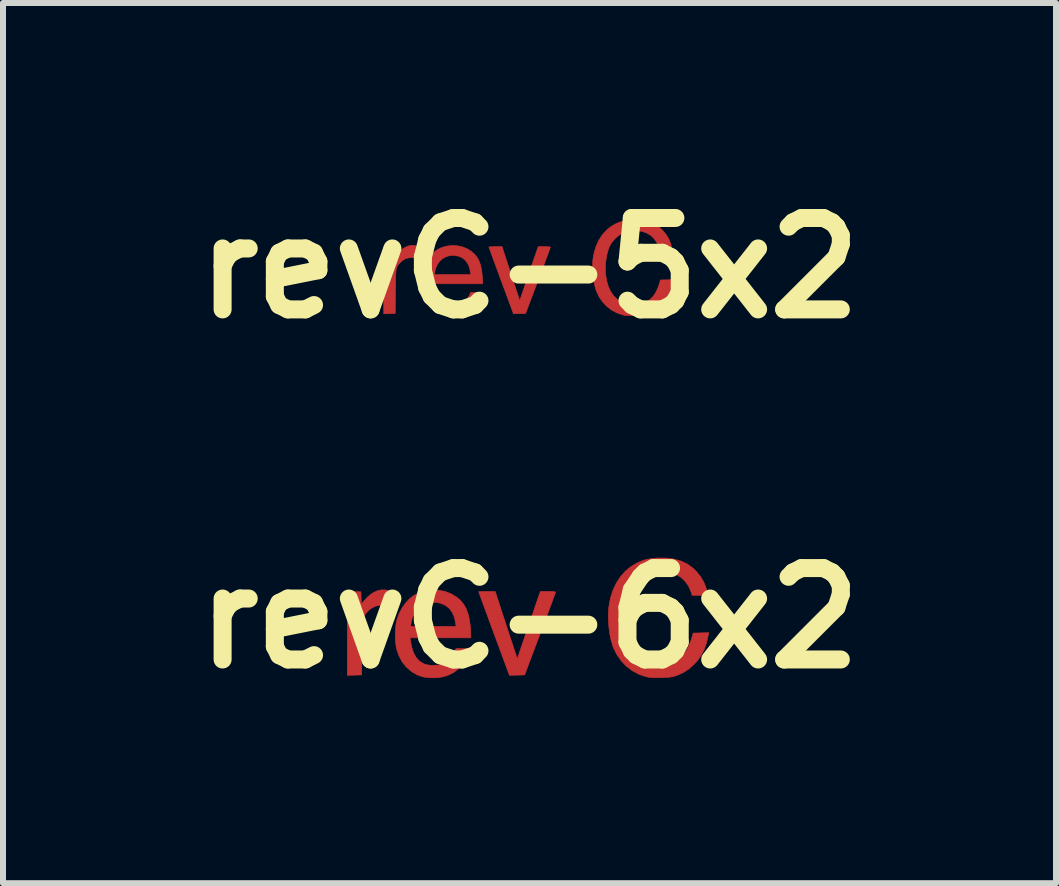
<source format=kicad_pcb>
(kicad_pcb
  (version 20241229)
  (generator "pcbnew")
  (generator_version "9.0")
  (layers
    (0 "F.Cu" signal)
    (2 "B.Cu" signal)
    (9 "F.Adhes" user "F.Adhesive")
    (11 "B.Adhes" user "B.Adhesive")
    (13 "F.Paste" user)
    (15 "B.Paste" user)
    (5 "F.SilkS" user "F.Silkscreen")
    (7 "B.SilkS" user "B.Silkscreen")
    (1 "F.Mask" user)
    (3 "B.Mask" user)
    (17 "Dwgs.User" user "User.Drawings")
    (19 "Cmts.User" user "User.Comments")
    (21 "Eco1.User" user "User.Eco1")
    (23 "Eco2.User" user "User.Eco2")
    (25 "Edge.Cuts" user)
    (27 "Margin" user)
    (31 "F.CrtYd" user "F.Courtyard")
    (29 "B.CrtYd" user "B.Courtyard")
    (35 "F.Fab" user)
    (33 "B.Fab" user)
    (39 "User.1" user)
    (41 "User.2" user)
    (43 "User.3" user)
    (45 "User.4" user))
  (footprint "revC-6x2"
    (layer "F.Cu")
    (at 5.777 7.254)
    (property "Reference" "revC-6x2" (at 0 0 0) (layer "F.SilkS") (effects (font (size 1.524 1.524) (thickness 0.3))))
    (attr through_hole)
    (fp_poly (pts (xy -2.401 -0.47) (xy -2.36 -0.463) (xy -2.36 -0.34) (xy -2.36 -0.217) (xy -2.447 -0.216) (xy -2.527 -0.209) (xy -2.592 -0.19) (xy -2.65 -0.156) (xy -2.694 -0.115) (xy -2.715 -0.092) (xy -2.734 -0.071) (xy -2.748 -0.051) (xy -2.76 -0.029) (xy -2.77 -0.003) (xy -2.777 0.028) (xy -2.782 0.067) (xy -2.786 0.117) (xy -2.789 0.179) (xy -2.791 0.255) (xy -2.792 0.347) (xy -2.794 0.458) (xy -2.794 0.492) (xy -2.799 0.947) (xy -2.918 0.95) (xy -3.037 0.953) (xy -3.037 -0.445) (xy -2.81 -0.439) (xy -2.807 -0.336) (xy -2.804 -0.232) (xy -2.764 -0.283) (xy -2.695 -0.357) (xy -2.623 -0.414) (xy -2.549 -0.452) (xy -2.474 -0.471) (xy -2.401 -0.47)) (stroke (width 0.01) (type solid)) (fill yes) (layer "F.Cu"))
    (fp_poly (pts (xy -0.461 -0.103) (xy -0.43 -0.009) (xy -0.398 0.09) (xy -0.365 0.19) (xy -0.334 0.285) (xy -0.306 0.37) (xy -0.282 0.442) (xy -0.277 0.458) (xy -0.204 0.678) (xy -0.032 0.172) (xy 0.003 0.072) (xy 0.036 -0.025) (xy 0.067 -0.114) (xy 0.094 -0.195) (xy 0.118 -0.265) (xy 0.138 -0.322) (xy 0.152 -0.363) (xy 0.161 -0.387) (xy 0.161 -0.389) (xy 0.181 -0.445) (xy 0.308 -0.445) (xy 0.365 -0.444) (xy 0.403 -0.442) (xy 0.425 -0.438) (xy 0.433 -0.433) (xy 0.434 -0.431) (xy 0.43 -0.419) (xy 0.419 -0.389) (xy 0.402 -0.343) (xy 0.38 -0.281) (xy 0.352 -0.207) (xy 0.32 -0.12) (xy 0.284 -0.024) (xy 0.245 0.081) (xy 0.203 0.192) (xy 0.175 0.265) (xy -0.082 0.947) (xy -0.209 0.95) (xy -0.335 0.953) (xy -0.591 0.26) (xy -0.634 0.145) (xy -0.674 0.035) (xy -0.711 -0.067) (xy -0.746 -0.16) (xy -0.776 -0.243) (xy -0.801 -0.313) (xy -0.822 -0.369) (xy -0.837 -0.41) (xy -0.845 -0.433) (xy -0.847 -0.439) (xy -0.837 -0.441) (xy -0.81 -0.443) (xy -0.769 -0.444) (xy -0.719 -0.444) (xy -0.71 -0.445) (xy -0.572 -0.445) (xy -0.461 -0.103)) (stroke (width 0.01) (type solid)) (fill yes) (layer "F.Cu"))
    (fp_poly (pts (xy -1.517 -0.466) (xy -1.41 -0.445) (xy -1.309 -0.406) (xy -1.304 -0.403) (xy -1.221 -0.354) (xy -1.152 -0.297) (xy -1.096 -0.229) (xy -1.052 -0.149) (xy -1.019 -0.056) (xy -0.997 0.053) (xy -0.983 0.179) (xy -0.981 0.225) (xy -0.977 0.328) (xy -1.991 0.328) (xy -1.984 0.378) (xy -1.963 0.49) (xy -1.931 0.584) (xy -1.887 0.661) (xy -1.833 0.719) (xy -1.767 0.759) (xy -1.743 0.769) (xy -1.674 0.784) (xy -1.598 0.788) (xy -1.523 0.781) (xy -1.456 0.763) (xy -1.444 0.758) (xy -1.373 0.715) (xy -1.312 0.658) (xy -1.265 0.591) (xy -1.254 0.57) (xy -1.226 0.508) (xy -0.995 0.508) (xy -1.001 0.542) (xy -1.009 0.567) (xy -1.023 0.605) (xy -1.042 0.648) (xy -1.051 0.667) (xy -1.108 0.762) (xy -1.18 0.842) (xy -1.265 0.906) (xy -1.361 0.954) (xy -1.447 0.979) (xy -1.506 0.988) (xy -1.575 0.993) (xy -1.646 0.993) (xy -1.712 0.989) (xy -1.766 0.981) (xy -1.775 0.979) (xy -1.837 0.959) (xy -1.889 0.937) (xy -1.941 0.906) (xy -1.976 0.883) (xy -2.058 0.811) (xy -2.126 0.724) (xy -2.179 0.622) (xy -2.214 0.52) (xy -2.227 0.454) (xy -2.235 0.374) (xy -2.238 0.286) (xy -2.235 0.198) (xy -2.23 0.138) (xy -1.982 0.138) (xy -1.225 0.138) (xy -1.231 0.087) (xy -1.251 -0.01) (xy -1.286 -0.092) (xy -1.334 -0.159) (xy -1.397 -0.21) (xy -1.472 -0.245) (xy -1.481 -0.248) (xy -1.57 -0.264) (xy -1.655 -0.26) (xy -1.734 -0.239) (xy -1.806 -0.2) (xy -1.869 -0.146) (xy -1.919 -0.078) (xy -1.956 0.002) (xy -1.975 0.087) (xy -1.982 0.138) (xy -2.23 0.138) (xy -2.228 0.115) (xy -2.216 0.046) (xy -2.213 0.037) (xy -2.177 -0.068) (xy -2.126 -0.167) (xy -2.064 -0.255) (xy -1.992 -0.33) (xy -1.93 -0.377) (xy -1.836 -0.425) (xy -1.734 -0.456) (xy -1.626 -0.469) (xy -1.517 -0.466)) (stroke (width 0.01) (type solid)) (fill yes) (layer "F.Cu"))
    (fp_poly (pts (xy 2.28 -1.002) (xy 2.408 -0.985) (xy 2.524 -0.952) (xy 2.628 -0.903) (xy 2.72 -0.837) (xy 2.78 -0.779) (xy 2.852 -0.69) (xy 2.907 -0.596) (xy 2.944 -0.499) (xy 2.96 -0.428) (xy 2.966 -0.381) (xy 2.711 -0.381) (xy 2.693 -0.437) (xy 2.652 -0.532) (xy 2.596 -0.613) (xy 2.526 -0.679) (xy 2.444 -0.73) (xy 2.349 -0.762) (xy 2.312 -0.769) (xy 2.262 -0.774) (xy 2.208 -0.776) (xy 2.191 -0.776) (xy 2.079 -0.768) (xy 1.98 -0.742) (xy 1.891 -0.7) (xy 1.81 -0.638) (xy 1.775 -0.604) (xy 1.741 -0.565) (xy 1.709 -0.524) (xy 1.685 -0.489) (xy 1.681 -0.481) (xy 1.646 -0.402) (xy 1.618 -0.308) (xy 1.597 -0.203) (xy 1.584 -0.092) (xy 1.58 0.019) (xy 1.585 0.126) (xy 1.586 0.138) (xy 1.608 0.271) (xy 1.644 0.39) (xy 1.692 0.493) (xy 1.754 0.581) (xy 1.827 0.652) (xy 1.913 0.707) (xy 2.009 0.744) (xy 2.017 0.746) (xy 2.069 0.755) (xy 2.134 0.76) (xy 2.203 0.761) (xy 2.269 0.758) (xy 2.324 0.75) (xy 2.335 0.747) (xy 2.427 0.712) (xy 2.508 0.659) (xy 2.578 0.588) (xy 2.636 0.5) (xy 2.684 0.395) (xy 2.703 0.336) (xy 2.728 0.249) (xy 2.857 0.246) (xy 2.986 0.243) (xy 2.979 0.283) (xy 2.95 0.412) (xy 2.91 0.526) (xy 2.857 0.627) (xy 2.789 0.72) (xy 2.741 0.772) (xy 2.655 0.848) (xy 2.564 0.907) (xy 2.463 0.952) (xy 2.439 0.96) (xy 2.404 0.971) (xy 2.371 0.978) (xy 2.336 0.984) (xy 2.293 0.987) (xy 2.238 0.99) (xy 2.185 0.991) (xy 2.115 0.992) (xy 2.06 0.991) (xy 2.017 0.989) (xy 1.98 0.984) (xy 1.944 0.976) (xy 1.939 0.975) (xy 1.82 0.934) (xy 1.711 0.875) (xy 1.612 0.799) (xy 1.525 0.708) (xy 1.453 0.603) (xy 1.396 0.486) (xy 1.389 0.466) (xy 1.36 0.37) (xy 1.337 0.259) (xy 1.322 0.14) (xy 1.314 0.019) (xy 1.314 -0.098) (xy 1.322 -0.187) (xy 1.348 -0.33) (xy 1.39 -0.464) (xy 1.447 -0.585) (xy 1.518 -0.693) (xy 1.602 -0.787) (xy 1.698 -0.865) (xy 1.794 -0.92) (xy 1.87 -0.953) (xy 1.944 -0.977) (xy 2.023 -0.992) (xy 2.114 -1.001) (xy 2.139 -1.002) (xy 2.28 -1.002)) (stroke (width 0.01) (type solid)) (fill yes) (layer "F.Cu")))
  (footprint "revC-5x2"
    (layer "F.Cu")
    (at 5.777 1.418)
    (property "Reference" "revC-5x2" (at 0 0 0) (layer "F.SilkS") (effects (font (size 1.524 1.524) (thickness 0.3))))
    (attr through_hole)
    (fp_poly (pts (xy -1.921 -0.376) (xy -1.888 -0.37) (xy -1.888 -0.272) (xy -1.888 -0.174) (xy -1.958 -0.173) (xy -2.021 -0.168) (xy -2.074 -0.152) (xy -2.12 -0.125) (xy -2.155 -0.092) (xy -2.172 -0.073) (xy -2.187 -0.057) (xy -2.199 -0.041) (xy -2.208 -0.023) (xy -2.216 -0.003) (xy -2.222 0.022) (xy -2.226 0.054) (xy -2.229 0.094) (xy -2.231 0.143) (xy -2.233 0.204) (xy -2.234 0.277) (xy -2.235 0.366) (xy -2.235 0.394) (xy -2.239 0.758) (xy -2.43 0.763) (xy -2.43 -0.356) (xy -2.248 -0.351) (xy -2.245 -0.268) (xy -2.243 -0.186) (xy -2.211 -0.226) (xy -2.156 -0.286) (xy -2.099 -0.331) (xy -2.039 -0.362) (xy -1.979 -0.377) (xy -1.921 -0.376)) (stroke (width 0.01) (type solid)) (fill yes) (layer "F.Cu"))
    (fp_poly (pts (xy -0.369 -0.083) (xy -0.344 -0.007) (xy -0.318 0.072) (xy -0.292 0.152) (xy -0.267 0.228) (xy -0.245 0.296) (xy -0.226 0.354) (xy -0.221 0.367) (xy -0.163 0.543) (xy -0.025 0.138) (xy 0.002 0.057) (xy 0.029 -0.02) (xy 0.053 -0.092) (xy 0.075 -0.156) (xy 0.095 -0.212) (xy 0.11 -0.257) (xy 0.122 -0.291) (xy 0.128 -0.31) (xy 0.129 -0.311) (xy 0.145 -0.356) (xy 0.246 -0.356) (xy 0.292 -0.355) (xy 0.322 -0.353) (xy 0.34 -0.351) (xy 0.347 -0.346) (xy 0.347 -0.345) (xy 0.344 -0.336) (xy 0.335 -0.311) (xy 0.322 -0.274) (xy 0.304 -0.225) (xy 0.282 -0.165) (xy 0.256 -0.096) (xy 0.227 -0.019) (xy 0.196 0.064) (xy 0.162 0.153) (xy 0.14 0.212) (xy -0.066 0.758) (xy -0.167 0.76) (xy -0.268 0.762) (xy -0.473 0.208) (xy -0.507 0.116) (xy -0.539 0.028) (xy -0.569 -0.054) (xy -0.597 -0.128) (xy -0.621 -0.194) (xy -0.641 -0.25) (xy -0.657 -0.295) (xy -0.669 -0.328) (xy -0.676 -0.347) (xy -0.677 -0.351) (xy -0.669 -0.353) (xy -0.648 -0.354) (xy -0.615 -0.355) (xy -0.575 -0.356) (xy -0.568 -0.356) (xy -0.458 -0.356) (xy -0.369 -0.083)) (stroke (width 0.01) (type solid)) (fill yes) (layer "F.Cu"))
    (fp_poly (pts (xy -1.214 -0.372) (xy -1.128 -0.356) (xy -1.047 -0.325) (xy -1.043 -0.323) (xy -0.977 -0.283) (xy -0.922 -0.237) (xy -0.877 -0.183) (xy -0.842 -0.119) (xy -0.815 -0.045) (xy -0.797 0.042) (xy -0.787 0.143) (xy -0.785 0.18) (xy -0.781 0.262) (xy -1.593 0.262) (xy -1.588 0.303) (xy -1.571 0.392) (xy -1.545 0.468) (xy -1.51 0.528) (xy -1.466 0.575) (xy -1.414 0.608) (xy -1.394 0.615) (xy -1.339 0.628) (xy -1.279 0.631) (xy -1.218 0.625) (xy -1.165 0.61) (xy -1.155 0.606) (xy -1.098 0.572) (xy -1.049 0.526) (xy -1.012 0.473) (xy -1.003 0.456) (xy -0.981 0.406) (xy -0.796 0.406) (xy -0.801 0.434) (xy -0.807 0.454) (xy -0.819 0.484) (xy -0.834 0.518) (xy -0.841 0.533) (xy -0.887 0.609) (xy -0.944 0.674) (xy -1.012 0.725) (xy -1.089 0.763) (xy -1.158 0.783) (xy -1.205 0.791) (xy -1.26 0.794) (xy -1.317 0.794) (xy -1.37 0.791) (xy -1.413 0.785) (xy -1.42 0.783) (xy -1.47 0.768) (xy -1.512 0.75) (xy -1.553 0.725) (xy -1.58 0.706) (xy -1.646 0.649) (xy -1.701 0.579) (xy -1.743 0.498) (xy -1.771 0.416) (xy -1.782 0.363) (xy -1.788 0.299) (xy -1.79 0.229) (xy -1.788 0.158) (xy -1.784 0.11) (xy -1.586 0.11) (xy -0.98 0.11) (xy -0.985 0.07) (xy -1.001 -0.008) (xy -1.029 -0.074) (xy -1.068 -0.127) (xy -1.117 -0.168) (xy -1.178 -0.196) (xy -1.185 -0.198) (xy -1.256 -0.211) (xy -1.324 -0.208) (xy -1.387 -0.191) (xy -1.445 -0.16) (xy -1.495 -0.117) (xy -1.535 -0.063) (xy -1.564 0.002) (xy -1.58 0.07) (xy -1.586 0.11) (xy -1.784 0.11) (xy -1.782 0.092) (xy -1.772 0.036) (xy -1.771 0.03) (xy -1.742 -0.054) (xy -1.701 -0.133) (xy -1.651 -0.204) (xy -1.594 -0.264) (xy -1.544 -0.302) (xy -1.469 -0.34) (xy -1.387 -0.364) (xy -1.301 -0.375) (xy -1.214 -0.372)) (stroke (width 0.01) (type solid)) (fill yes) (layer "F.Cu"))
    (fp_poly (pts (xy 1.824 -0.801) (xy 1.926 -0.788) (xy 2.019 -0.762) (xy 2.102 -0.722) (xy 2.176 -0.669) (xy 2.224 -0.623) (xy 2.281 -0.552) (xy 2.326 -0.476) (xy 2.356 -0.399) (xy 2.368 -0.342) (xy 2.373 -0.305) (xy 2.169 -0.305) (xy 2.154 -0.349) (xy 2.122 -0.425) (xy 2.077 -0.49) (xy 2.021 -0.544) (xy 1.955 -0.584) (xy 1.88 -0.61) (xy 1.849 -0.615) (xy 1.809 -0.619) (xy 1.767 -0.621) (xy 1.753 -0.621) (xy 1.664 -0.614) (xy 1.584 -0.594) (xy 1.513 -0.56) (xy 1.448 -0.511) (xy 1.42 -0.483) (xy 1.393 -0.452) (xy 1.367 -0.419) (xy 1.348 -0.391) (xy 1.345 -0.385) (xy 1.317 -0.322) (xy 1.295 -0.246) (xy 1.278 -0.162) (xy 1.267 -0.074) (xy 1.264 0.015) (xy 1.268 0.101) (xy 1.269 0.11) (xy 1.287 0.217) (xy 1.315 0.312) (xy 1.354 0.394) (xy 1.403 0.465) (xy 1.462 0.522) (xy 1.53 0.565) (xy 1.607 0.595) (xy 1.613 0.597) (xy 1.655 0.604) (xy 1.707 0.608) (xy 1.763 0.609) (xy 1.815 0.606) (xy 1.859 0.6) (xy 1.868 0.598) (xy 1.941 0.57) (xy 2.006 0.527) (xy 2.062 0.471) (xy 2.109 0.4) (xy 2.147 0.316) (xy 2.162 0.269) (xy 2.182 0.199) (xy 2.285 0.197) (xy 2.388 0.194) (xy 2.383 0.226) (xy 2.36 0.329) (xy 2.328 0.42) (xy 2.285 0.502) (xy 2.231 0.576) (xy 2.193 0.617) (xy 2.124 0.679) (xy 2.051 0.726) (xy 1.97 0.761) (xy 1.952 0.768) (xy 1.923 0.776) (xy 1.897 0.783) (xy 1.868 0.787) (xy 1.834 0.79) (xy 1.79 0.792) (xy 1.748 0.793) (xy 1.692 0.794) (xy 1.648 0.793) (xy 1.613 0.791) (xy 1.584 0.787) (xy 1.556 0.781) (xy 1.551 0.78) (xy 1.456 0.747) (xy 1.368 0.7) (xy 1.289 0.639) (xy 1.22 0.567) (xy 1.162 0.483) (xy 1.117 0.389) (xy 1.111 0.373) (xy 1.088 0.296) (xy 1.07 0.207) (xy 1.057 0.112) (xy 1.051 0.015) (xy 1.052 -0.078) (xy 1.057 -0.15) (xy 1.079 -0.264) (xy 1.112 -0.371) (xy 1.158 -0.468) (xy 1.214 -0.554) (xy 1.281 -0.629) (xy 1.358 -0.692) (xy 1.435 -0.736) (xy 1.496 -0.763) (xy 1.555 -0.781) (xy 1.618 -0.793) (xy 1.691 -0.801) (xy 1.711 -0.802) (xy 1.824 -0.801)) (stroke (width 0.01) (type solid)) (fill yes) (layer "F.Cu")))
  (gr_rect
    (start -3 -3)
    (end 14.553 11.672)
    (stroke (width 0.1) (type default))
    (fill no)
    (layer "Edge.Cuts")))
</source>
